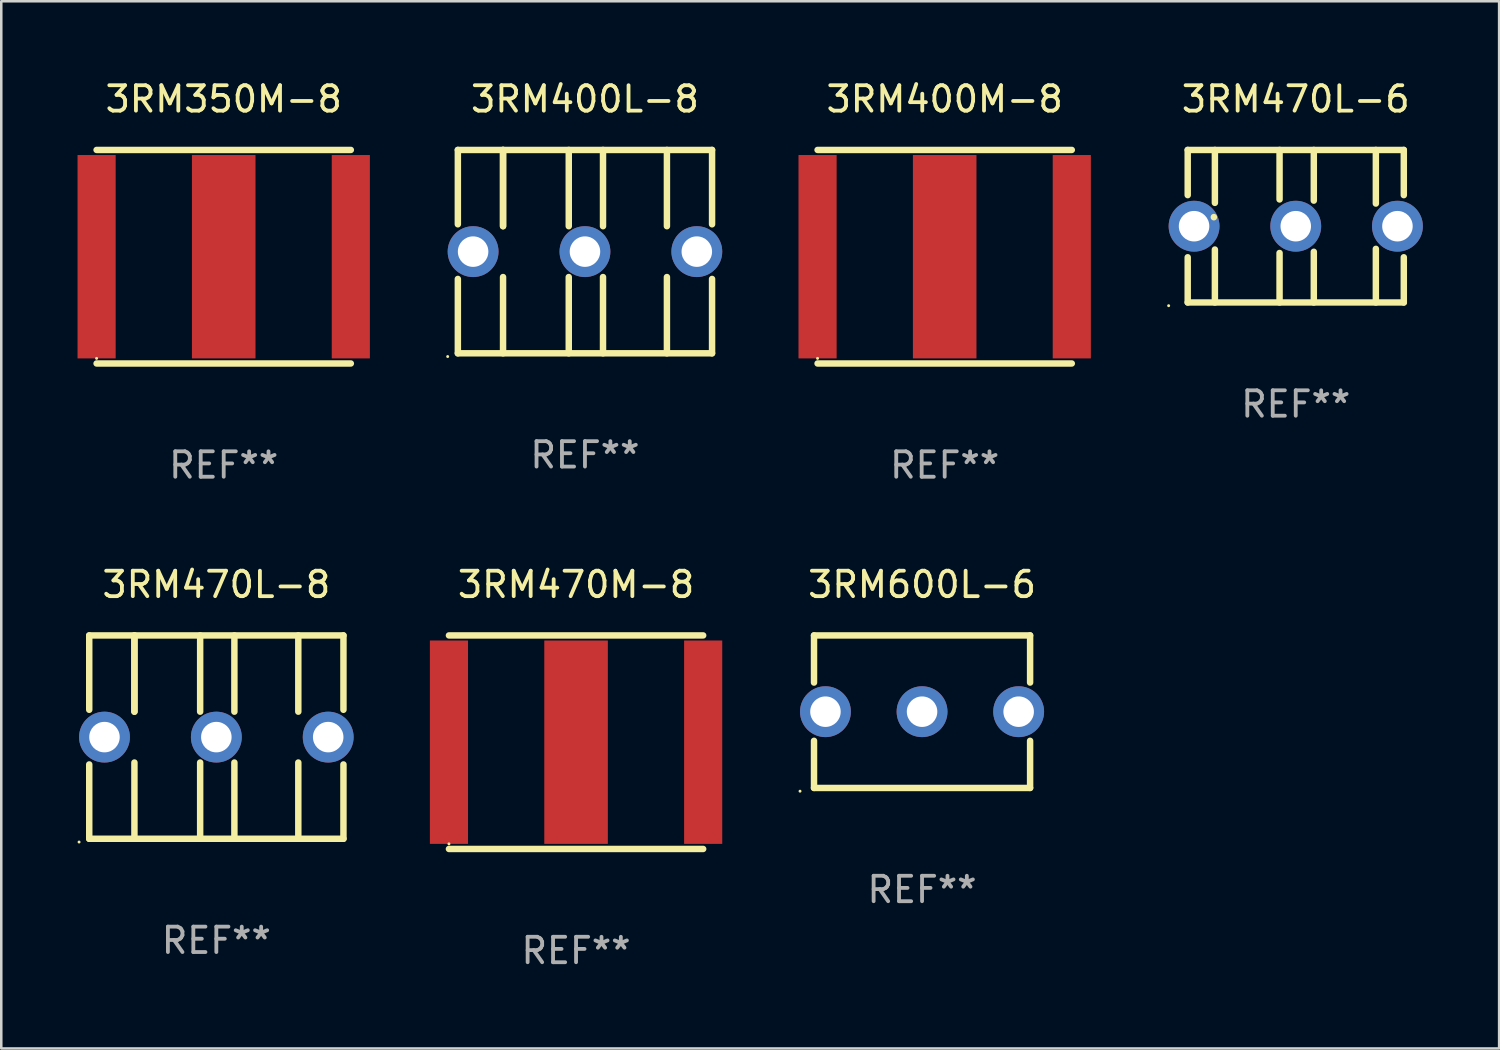
<source format=kicad_pcb>
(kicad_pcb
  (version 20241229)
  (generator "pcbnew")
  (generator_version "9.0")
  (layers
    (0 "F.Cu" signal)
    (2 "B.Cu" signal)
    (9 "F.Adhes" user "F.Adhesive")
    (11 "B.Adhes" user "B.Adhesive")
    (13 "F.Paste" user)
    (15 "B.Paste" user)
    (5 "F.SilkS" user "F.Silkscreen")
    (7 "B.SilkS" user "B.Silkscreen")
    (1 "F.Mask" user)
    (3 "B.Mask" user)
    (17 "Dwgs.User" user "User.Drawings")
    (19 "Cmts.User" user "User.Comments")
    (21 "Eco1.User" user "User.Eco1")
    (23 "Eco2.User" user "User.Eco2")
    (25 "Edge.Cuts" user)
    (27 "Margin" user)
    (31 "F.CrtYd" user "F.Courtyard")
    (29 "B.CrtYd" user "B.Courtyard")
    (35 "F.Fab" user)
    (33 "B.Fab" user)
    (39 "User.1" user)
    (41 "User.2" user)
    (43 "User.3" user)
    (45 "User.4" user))
  (footprint "3RM470M-8"
    (layer "F.Cu")
    (at 19.61 26.145)
    (property "Reference" "3RM470M-8" (at 0 -6.2 0) (layer "F.SilkS") (effects (font (size 1 1) (thickness 0.15))))
    (attr through_hole)
    (fp_line (start -5 -4.2) (end 5 -4.2) (stroke (width 0.254) (type solid)) (layer "F.SilkS"))
    (fp_line (start -5 4.2) (end 5 4.2) (stroke (width 0.254) (type solid)) (layer "F.SilkS"))
    (fp_circle (center -5 4) (end -4.97 4) (stroke (width 0.06) (type solid)) (fill no) (layer "F.SilkS"))
    (fp_text user "REF**" (at 0 8.2 0) (layer "F.Fab") (effects (font (size 1 1) (thickness 0.15))))
    (pad "1" smd rect (at -5 0) (size 1.5 8) (layers "F.Cu" "F.Mask" "F.Paste"))
    (pad "2" smd rect (at 5 0) (size 1.5 8) (layers "F.Cu" "F.Mask" "F.Paste"))
    (pad "3" smd rect (at 0 0) (size 2.5 8) (layers "F.Cu" "F.Mask" "F.Paste")))
  (footprint "3RM600L-6"
    (layer "F.Cu")
    (at 33.22 24.945)
    (property "Reference" "3RM600L-6" (at 0 -5 0) (layer "F.SilkS") (effects (font (size 1 1) (thickness 0.15))))
    (attr through_hole)
    (fp_line (start -4.25 -3) (end -4.25 -1.146) (stroke (width 0.254) (type solid)) (layer "F.SilkS"))
    (fp_line (start -4.25 1.146) (end -4.25 3) (stroke (width 0.254) (type solid)) (layer "F.SilkS"))
    (fp_line (start 4.25 -3) (end -4.25 -3) (stroke (width 0.254) (type solid)) (layer "F.SilkS"))
    (fp_line (start 4.25 -1.146) (end 4.25 -3) (stroke (width 0.254) (type solid)) (layer "F.SilkS"))
    (fp_line (start 4.25 3) (end -4.25 3) (stroke (width 0.254) (type solid)) (layer "F.SilkS"))
    (fp_line (start 4.25 3) (end 4.25 1.146) (stroke (width 0.254) (type solid)) (layer "F.SilkS"))
    (fp_circle (center -4.8 3.127) (end -4.77 3.127) (stroke (width 0.06) (type solid)) (fill no) (layer "F.SilkS"))
    (fp_text user "REF**" (at 0 7 0) (layer "F.Fab") (effects (font (size 1 1) (thickness 0.15))))
    (pad "1" thru_hole circle (at -3.8 0) (size 2 2) (drill 1.2) (layers "*.Cu" "*.Mask"))
    (pad "2" thru_hole circle (at 0.000076 0) (size 2 2) (drill 1.2) (layers "*.Cu" "*.Mask"))
    (pad "3" thru_hole circle (at 3.8 0) (size 2 2) (drill 1.2) (layers "*.Cu" "*.Mask")))
  (footprint "3RM400M-8"
    (layer "F.Cu")
    (at 34.11 7.048)
    (property "Reference" "3RM400M-8" (at 0 -6.2 0) (layer "F.SilkS") (effects (font (size 1 1) (thickness 0.15))))
    (attr through_hole)
    (fp_line (start -5 -4.2) (end 5 -4.2) (stroke (width 0.254) (type solid)) (layer "F.SilkS"))
    (fp_line (start -5 4.2) (end 5 4.2) (stroke (width 0.254) (type solid)) (layer "F.SilkS"))
    (fp_circle (center -5 4) (end -4.97 4) (stroke (width 0.06) (type solid)) (fill no) (layer "F.SilkS"))
    (fp_text user "REF**" (at 0 8.2 0) (layer "F.Fab") (effects (font (size 1 1) (thickness 0.15))))
    (pad "1" smd rect (at -5 0) (size 1.5 8) (layers "F.Cu" "F.Mask" "F.Paste"))
    (pad "2" smd rect (at 5 0) (size 1.5 8) (layers "F.Cu" "F.Mask" "F.Paste"))
    (pad "3" smd rect (at 0 0) (size 2.5 8) (layers "F.Cu" "F.Mask" "F.Paste")))
  (footprint "3RM350M-8"
    (layer "F.Cu")
    (at 5.75 7.048)
    (property "Reference" "3RM350M-8" (at 0 -6.2 0) (layer "F.SilkS") (effects (font (size 1 1) (thickness 0.15))))
    (attr through_hole)
    (fp_line (start -5 -4.2) (end 5 -4.2) (stroke (width 0.254) (type solid)) (layer "F.SilkS"))
    (fp_line (start -5 4.2) (end 5 4.2) (stroke (width 0.254) (type solid)) (layer "F.SilkS"))
    (fp_circle (center -5 4) (end -4.97 4) (stroke (width 0.06) (type solid)) (fill no) (layer "F.SilkS"))
    (fp_text user "REF**" (at 0 8.2 0) (layer "F.Fab") (effects (font (size 1 1) (thickness 0.15))))
    (pad "1" smd rect (at -5 0) (size 1.5 8) (layers "F.Cu" "F.Mask" "F.Paste"))
    (pad "2" smd rect (at 5 0) (size 1.5 8) (layers "F.Cu" "F.Mask" "F.Paste"))
    (pad "3" smd rect (at 0 0) (size 2.5 8) (layers "F.Cu" "F.Mask" "F.Paste")))
  (footprint "3RM400L-8"
    (layer "F.Cu")
    (at 19.96 6.848)
    (property "Reference" "3RM400L-8" (at 0 -6 0) (layer "F.SilkS") (effects (font (size 1 1) (thickness 0.15))))
    (attr through_hole)
    (fp_line (start -5 -4) (end -5 -1.075) (stroke (width 0.254) (type solid)) (layer "F.SilkS"))
    (fp_line (start -5 -4) (end 5 -4) (stroke (width 0.254) (type solid)) (layer "F.SilkS"))
    (fp_line (start -5 1.075) (end -5 4) (stroke (width 0.254) (type solid)) (layer "F.SilkS"))
    (fp_line (start -5 4) (end 5 4) (stroke (width 0.254) (type solid)) (layer "F.SilkS"))
    (fp_line (start -3.222 -1) (end -3.222 -4) (stroke (width 0.254) (type solid)) (layer "F.SilkS"))
    (fp_line (start -3.222 -1) (end -3.222 -4) (stroke (width 0.254) (type solid)) (layer "F.SilkS"))
    (fp_line (start -3.222 1) (end -3.222 4) (stroke (width 0.254) (type solid)) (layer "F.SilkS"))
    (fp_line (start -0.637 -1) (end -0.637 -4) (stroke (width 0.254) (type solid)) (layer "F.SilkS"))
    (fp_line (start -0.637 1) (end -0.637 4) (stroke (width 0.254) (type solid)) (layer "F.SilkS"))
    (fp_line (start 0.71 -1) (end 0.71 -4) (stroke (width 0.254) (type solid)) (layer "F.SilkS"))
    (fp_line (start 0.71 1) (end 0.71 4) (stroke (width 0.254) (type solid)) (layer "F.SilkS"))
    (fp_line (start 3.224 -1) (end 3.224 -4) (stroke (width 0.254) (type solid)) (layer "F.SilkS"))
    (fp_line (start 3.224 1) (end 3.224 4) (stroke (width 0.254) (type solid)) (layer "F.SilkS"))
    (fp_line (start 5 -4) (end 5 -1.075) (stroke (width 0.254) (type solid)) (layer "F.SilkS"))
    (fp_line (start 5 1.075) (end 5 4) (stroke (width 0.254) (type solid)) (layer "F.SilkS"))
    (fp_circle (center -5.4 4.127) (end -5.37 4.127) (stroke (width 0.06) (type solid)) (fill no) (layer "F.SilkS"))
    (fp_text user "REF**" (at 0 8 0) (layer "F.Fab") (effects (font (size 1 1) (thickness 0.15))))
    (pad "1" thru_hole circle (at -4.4 0) (size 2 2) (drill 1.2) (layers "*.Cu" "*.Mask"))
    (pad "2" thru_hole circle (at 4.4 0) (size 2 2) (drill 1.2) (layers "*.Cu" "*.Mask"))
    (pad "3" thru_hole circle (at 0 0) (size 2 2) (drill 1.2) (layers "*.Cu" "*.Mask")))
  (footprint "3RM470L-8"
    (layer "F.Cu")
    (at 5.46 25.945)
    (property "Reference" "3RM470L-8" (at 0 -6 0) (layer "F.SilkS") (effects (font (size 1 1) (thickness 0.15))))
    (attr through_hole)
    (fp_line (start -5 -4) (end -5 -1.075) (stroke (width 0.254) (type solid)) (layer "F.SilkS"))
    (fp_line (start -5 -4) (end 5 -4) (stroke (width 0.254) (type solid)) (layer "F.SilkS"))
    (fp_line (start -5 1.075) (end -5 4) (stroke (width 0.254) (type solid)) (layer "F.SilkS"))
    (fp_line (start -5 4) (end 5 4) (stroke (width 0.254) (type solid)) (layer "F.SilkS"))
    (fp_line (start -3.222 -1) (end -3.222 -4) (stroke (width 0.254) (type solid)) (layer "F.SilkS"))
    (fp_line (start -3.222 -1) (end -3.222 -4) (stroke (width 0.254) (type solid)) (layer "F.SilkS"))
    (fp_line (start -3.222 1) (end -3.222 4) (stroke (width 0.254) (type solid)) (layer "F.SilkS"))
    (fp_line (start -0.637 -1) (end -0.637 -4) (stroke (width 0.254) (type solid)) (layer "F.SilkS"))
    (fp_line (start -0.637 1) (end -0.637 4) (stroke (width 0.254) (type solid)) (layer "F.SilkS"))
    (fp_line (start 0.71 -1) (end 0.71 -4) (stroke (width 0.254) (type solid)) (layer "F.SilkS"))
    (fp_line (start 0.71 1) (end 0.71 4) (stroke (width 0.254) (type solid)) (layer "F.SilkS"))
    (fp_line (start 3.224 -1) (end 3.224 -4) (stroke (width 0.254) (type solid)) (layer "F.SilkS"))
    (fp_line (start 3.224 1) (end 3.224 4) (stroke (width 0.254) (type solid)) (layer "F.SilkS"))
    (fp_line (start 5 -4) (end 5 -1.075) (stroke (width 0.254) (type solid)) (layer "F.SilkS"))
    (fp_line (start 5 1.075) (end 5 4) (stroke (width 0.254) (type solid)) (layer "F.SilkS"))
    (fp_circle (center -5.4 4.127) (end -5.37 4.127) (stroke (width 0.06) (type solid)) (fill no) (layer "F.SilkS"))
    (fp_text user "REF**" (at 0 8 0) (layer "F.Fab") (effects (font (size 1 1) (thickness 0.15))))
    (pad "1" thru_hole circle (at -4.4 0) (size 2 2) (drill 1.2) (layers "*.Cu" "*.Mask"))
    (pad "2" thru_hole circle (at 4.4 0) (size 2 2) (drill 1.2) (layers "*.Cu" "*.Mask"))
    (pad "3" thru_hole circle (at 0 0) (size 2 2) (drill 1.2) (layers "*.Cu" "*.Mask")))
  (footprint "3RM470L-6"
    (layer "F.Cu")
    (at 47.92 5.848)
    (property "Reference" "3RM470L-6" (at 0 -5 0) (layer "F.SilkS") (effects (font (size 1 1) (thickness 0.15))))
    (attr through_hole)
    (fp_line (start -4.25 -3) (end -4.25 -1.222) (stroke (width 0.254) (type solid)) (layer "F.SilkS"))
    (fp_line (start -4.25 -3) (end 4.25 -3) (stroke (width 0.254) (type solid)) (layer "F.SilkS"))
    (fp_line (start -4.25 1.222) (end -4.25 3) (stroke (width 0.254) (type solid)) (layer "F.SilkS"))
    (fp_line (start -4.25 3) (end 4.25 3) (stroke (width 0.254) (type solid)) (layer "F.SilkS"))
    (fp_line (start -3.222 -0.359) (end -3.222 -0.353) (stroke (width 0.254) (type solid)) (layer "F.SilkS"))
    (fp_line (start -3.181 -3) (end -3.181 -0.918) (stroke (width 0.254) (type solid)) (layer "F.SilkS"))
    (fp_line (start -3.181 0.918) (end -3.181 3) (stroke (width 0.254) (type solid)) (layer "F.SilkS"))
    (fp_line (start -0.637 -1.053) (end -0.637 -3) (stroke (width 0.254) (type solid)) (layer "F.SilkS"))
    (fp_line (start -0.637 3) (end -0.637 1.053) (stroke (width 0.254) (type solid)) (layer "F.SilkS"))
    (fp_line (start 0.71 -3) (end 0.71 -1.006) (stroke (width 0.254) (type solid)) (layer "F.SilkS"))
    (fp_line (start 0.71 1.006) (end 0.71 3) (stroke (width 0.254) (type solid)) (layer "F.SilkS"))
    (fp_line (start 3.151 -3) (end 3.151 -0.891) (stroke (width 0.254) (type solid)) (layer "F.SilkS"))
    (fp_line (start 3.151 0.891) (end 3.151 3) (stroke (width 0.254) (type solid)) (layer "F.SilkS"))
    (fp_line (start 4.25 -3) (end 4.25 -1.222) (stroke (width 0.254) (type solid)) (layer "F.SilkS"))
    (fp_line (start 4.25 1.222) (end 4.25 3) (stroke (width 0.254) (type solid)) (layer "F.SilkS"))
    (fp_circle (center -5 3.127) (end -4.97 3.127) (stroke (width 0.06) (type solid)) (fill no) (layer "F.SilkS"))
    (fp_text user "REF**" (at 0 7 0) (layer "F.Fab") (effects (font (size 1 1) (thickness 0.15))))
    (pad "1" thru_hole circle (at -4 0) (size 2 2) (drill 1.2) (layers "*.Cu" "*.Mask"))
    (pad "2" thru_hole circle (at 4 0) (size 2 2) (drill 1.2) (layers "*.Cu" "*.Mask"))
    (pad "3" thru_hole circle (at 0 0) (size 2 2) (drill 1.2) (layers "*.Cu" "*.Mask")))
  (gr_rect
    (start -3 -3)
    (end 55.92 38.193)
    (stroke (width 0.1) (type default))
    (fill no)
    (layer "Edge.Cuts")))
</source>
